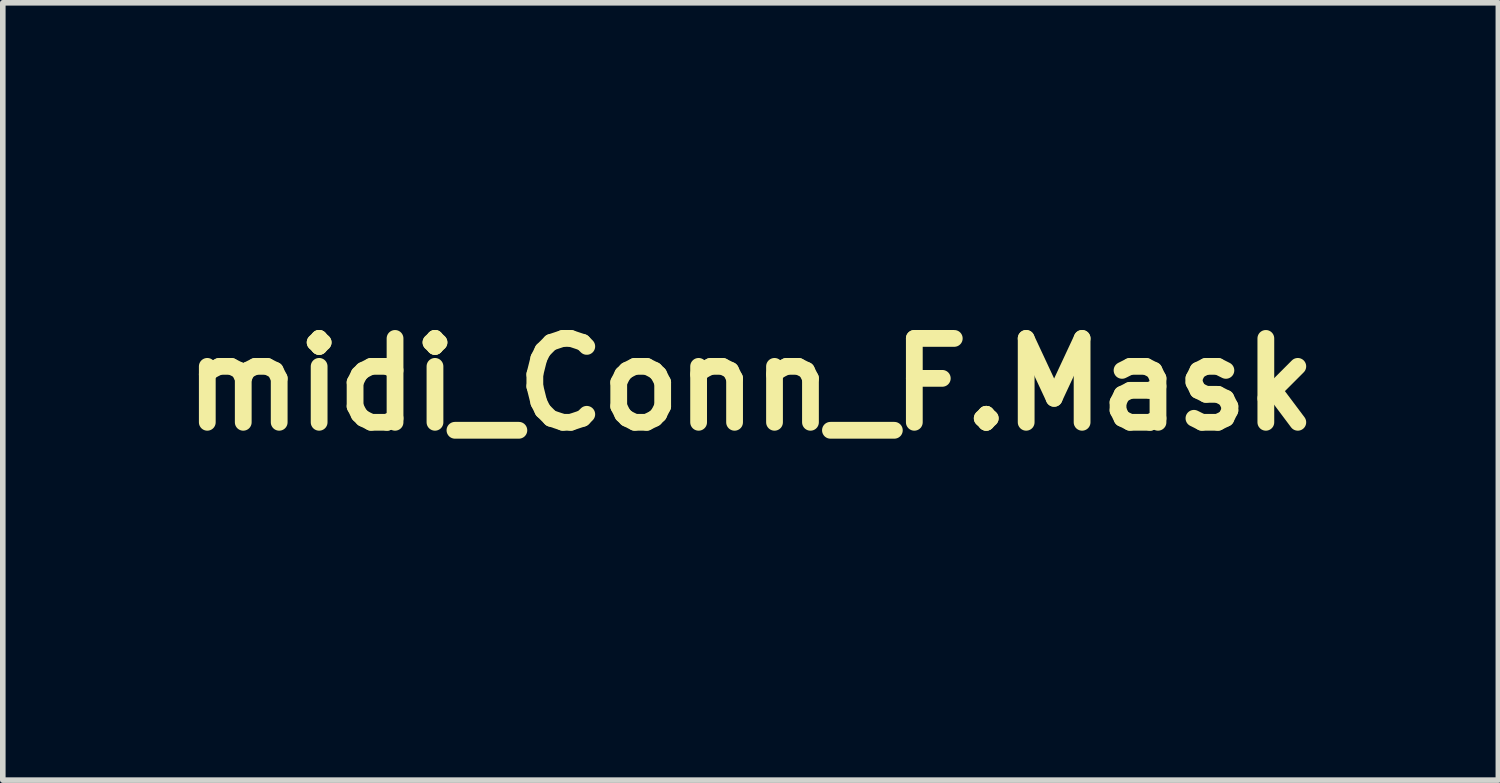
<source format=kicad_pcb>
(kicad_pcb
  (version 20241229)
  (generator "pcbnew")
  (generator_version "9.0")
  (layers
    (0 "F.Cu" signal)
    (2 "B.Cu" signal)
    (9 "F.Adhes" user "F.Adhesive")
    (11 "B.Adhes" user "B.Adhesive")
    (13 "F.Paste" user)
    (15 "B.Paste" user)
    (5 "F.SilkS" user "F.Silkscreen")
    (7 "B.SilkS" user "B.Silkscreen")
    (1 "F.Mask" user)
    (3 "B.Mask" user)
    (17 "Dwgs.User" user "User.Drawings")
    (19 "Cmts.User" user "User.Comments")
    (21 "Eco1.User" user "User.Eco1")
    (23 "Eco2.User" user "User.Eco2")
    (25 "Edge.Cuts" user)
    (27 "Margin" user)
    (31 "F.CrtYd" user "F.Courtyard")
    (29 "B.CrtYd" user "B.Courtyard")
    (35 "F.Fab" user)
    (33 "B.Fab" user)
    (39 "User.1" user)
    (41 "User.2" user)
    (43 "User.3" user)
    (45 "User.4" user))
  (footprint "midi_Conn_F.Mask"
    (layer "F.Cu")
    (at 10.371 3.823)
    (property "Reference" "midi_Conn_F.Mask" (at 0 0 0) (layer "F.SilkS") (effects (font (size 1.5 1.5) (thickness 0.3))))
    (attr board_only exclude_from_pos_files exclude_from_bom)
    (fp_poly (pts (xy -2.937 -0.089) (xy -2.848 -0.054) (xy -2.846 -0.053) (xy -2.727 0.025) (xy -2.643 0.127) (xy -2.594 0.247) (xy -2.581 0.375) (xy -2.605 0.505) (xy -2.667 0.626) (xy -2.765 0.731) (xy -2.821 0.771) (xy -2.875 0.794) (xy -2.945 0.806) (xy -3.026 0.812) (xy -3.127 0.813) (xy -3.197 0.804) (xy -3.251 0.784) (xy -3.268 0.774) (xy -3.382 0.679) (xy -3.458 0.567) (xy -3.499 0.444) (xy -3.506 0.319) (xy -3.48 0.197) (xy -3.422 0.087) (xy -3.334 -0.004) (xy -3.218 -0.069) (xy -3.096 -0.098) (xy -3.012 -0.102)) (stroke (width 0) (type solid)) (fill yes) (layer "F.Mask"))
    (fp_poly (pts (xy -6.274 -1.484) (xy -6.154 -1.424) (xy -6.079 -1.358) (xy -6.001 -1.255) (xy -5.962 -1.145) (xy -5.953 -1.042) (xy -5.959 -0.959) (xy -5.974 -0.885) (xy -5.979 -0.871) (xy -6.027 -0.789) (xy -6.101 -0.705) (xy -6.186 -0.637) (xy -6.231 -0.613) (xy -6.328 -0.588) (xy -6.444 -0.583) (xy -6.554 -0.597) (xy -6.604 -0.614) (xy -6.685 -0.665) (xy -6.765 -0.742) (xy -6.829 -0.826) (xy -6.852 -0.871) (xy -6.875 -0.987) (xy -6.87 -1.114) (xy -6.838 -1.23) (xy -6.827 -1.253) (xy -6.738 -1.375) (xy -6.625 -1.457) (xy -6.488 -1.498) (xy -6.415 -1.503)) (stroke (width 0) (type solid)) (fill yes) (layer "F.Mask"))
    (fp_poly (pts (xy -3.513 -1.466) (xy -3.447 -1.457) (xy -3.397 -1.439) (xy -3.348 -1.406) (xy -3.344 -1.403) (xy -3.242 -1.299) (xy -3.177 -1.178) (xy -3.15 -1.047) (xy -3.16 -0.915) (xy -3.206 -0.791) (xy -3.29 -0.684) (xy -3.352 -0.635) (xy -3.475 -0.58) (xy -3.613 -0.56) (xy -3.75 -0.577) (xy -3.814 -0.6) (xy -3.925 -0.677) (xy -4.01 -0.784) (xy -4.063 -0.912) (xy -4.077 -1.046) (xy -4.073 -1.086) (xy -4.031 -1.223) (xy -3.947 -1.341) (xy -3.88 -1.4) (xy -3.829 -1.435) (xy -3.78 -1.456) (xy -3.718 -1.465) (xy -3.627 -1.468) (xy -3.61 -1.468)) (stroke (width 0) (type solid)) (fill yes) (layer "F.Mask"))
    (fp_poly (pts (xy 2.095 -1.31) (xy 2.125 -1.309) (xy 2.296 -1.302) (xy 2.308 -0.971) (xy 2.32 -0.639) (xy 4.939 -0.633) (xy 7.557 -0.627) (xy 7.571 -0.559) (xy 7.59 -0.512) (xy 7.634 -0.471) (xy 7.709 -0.429) (xy 7.785 -0.395) (xy 7.852 -0.372) (xy 7.883 -0.367) (xy 7.923 -0.379) (xy 7.991 -0.413) (xy 8.079 -0.462) (xy 8.155 -0.509) (xy 8.276 -0.583) (xy 8.372 -0.629) (xy 8.454 -0.648) (xy 8.534 -0.642) (xy 8.624 -0.612) (xy 8.717 -0.568) (xy 8.882 -0.471) (xy 9.022 -0.36) (xy 9.133 -0.24) (xy 9.211 -0.116) (xy 9.252 0.006) (xy 9.252 0.122) (xy 9.243 0.156) (xy 9.207 0.224) (xy 9.14 0.311) (xy 9.051 0.41) (xy 8.945 0.512) (xy 8.832 0.611) (xy 8.729 0.691) (xy 8.661 0.738) (xy 8.607 0.768) (xy 8.557 0.778) (xy 8.502 0.77) (xy 8.432 0.74) (xy 8.337 0.688) (xy 8.241 0.632) (xy 8.125 0.566) (xy 8.038 0.523) (xy 7.967 0.501) (xy 7.904 0.495) (xy 7.835 0.504) (xy 7.809 0.51) (xy 7.694 0.547) (xy 7.613 0.597) (xy 7.571 0.657) (xy 7.567 0.695) (xy 7.565 0.753) (xy 7.555 0.787) (xy 7.543 0.792) (xy 7.512 0.796) (xy 7.46 0.8) (xy 7.384 0.803) (xy 7.283 0.806) (xy 7.154 0.809) (xy 6.994 0.811) (xy 6.803 0.813) (xy 6.577 0.814) (xy 6.314 0.815) (xy 6.012 0.816) (xy 5.67 0.816) (xy 5.284 0.817) (xy 4.922 0.817) (xy 2.308 0.817) (xy 2.308 1.086) (xy 2.307 1.206) (xy 2.303 1.287) (xy 2.296 1.336) (xy 2.283 1.362) (xy 2.271 1.37) (xy 2.224 1.379) (xy 2.154 1.384) (xy 2.077 1.384) (xy 2.011 1.38) (xy 1.972 1.371) (xy 1.969 1.369) (xy 1.961 1.339) (xy 1.955 1.275) (xy 1.953 1.192) (xy 1.953 1.191) (xy 1.952 1.106) (xy 1.947 1.058) (xy 1.933 1.036) (xy 1.908 1.03) (xy 1.894 1.03) (xy 1.854 1.024) (xy 1.837 0.996) (xy 1.835 0.947) (xy 1.839 0.891) (xy 1.859 0.868) (xy 1.892 0.864) (xy 1.95 0.864) (xy 1.952 0.037) (xy 1.952 0.024) (xy 2 0.024) (xy 2 1.314) (xy 2.119 1.314) (xy 2.237 1.314) (xy 2.237 0.083) (xy 2.332 0.083) (xy 2.332 0.746) (xy 3.965 0.746) (xy 5.598 0.746) (xy 5.598 0.083) (xy 5.906 0.083) (xy 5.906 0.746) (xy 6.427 0.746) (xy 6.948 0.746) (xy 6.948 0.083) (xy 7.303 0.083) (xy 7.303 0.746) (xy 7.409 0.746) (xy 7.516 0.746) (xy 7.516 0.083) (xy 7.516 0.047) (xy 7.587 0.047) (xy 7.587 0.189) (xy 7.589 0.314) (xy 7.59 0.413) (xy 7.593 0.48) (xy 7.595 0.509) (xy 7.596 0.509) (xy 7.621 0.501) (xy 7.673 0.48) (xy 7.69 0.473) (xy 7.763 0.453) (xy 7.857 0.441) (xy 7.912 0.438) (xy 7.975 0.441) (xy 8.03 0.45) (xy 8.088 0.471) (xy 8.16 0.507) (xy 8.258 0.564) (xy 8.285 0.58) (xy 8.38 0.636) (xy 8.46 0.682) (xy 8.517 0.712) (xy 8.541 0.722) (xy 8.575 0.712) (xy 8.612 0.695) (xy 8.663 0.662) (xy 8.741 0.603) (xy 8.836 0.526) (xy 8.941 0.438) (xy 8.981 0.402) (xy 9.052 0.329) (xy 9.116 0.243) (xy 9.167 0.158) (xy 9.194 0.087) (xy 9.197 0.066) (xy 9.176 -0.032) (xy 9.118 -0.14) (xy 9.031 -0.251) (xy 8.92 -0.358) (xy 8.792 -0.452) (xy 8.689 -0.51) (xy 8.586 -0.557) (xy 8.503 -0.58) (xy 8.429 -0.578) (xy 8.349 -0.549) (xy 8.253 -0.493) (xy 8.192 -0.451) (xy 8.096 -0.387) (xy 8.025 -0.347) (xy 7.969 -0.325) (xy 7.916 -0.317) (xy 7.885 -0.316) (xy 7.767 -0.333) (xy 7.691 -0.365) (xy 7.637 -0.396) (xy 7.602 -0.413) (xy 7.597 -0.414) (xy 7.594 -0.392) (xy 7.591 -0.329) (xy 7.589 -0.234) (xy 7.588 -0.112) (xy 7.587 0.028) (xy 7.587 0.047) (xy 7.516 0.047) (xy 7.516 -0.58) (xy 7.409 -0.58) (xy 7.303 -0.58) (xy 7.303 0.083) (xy 6.948 0.083) (xy 6.948 -0.58) (xy 6.427 -0.58) (xy 5.906 -0.58) (xy 5.906 0.083) (xy 5.598 0.083) (xy 5.598 -0.58) (xy 3.965 -0.58) (xy 2.332 -0.58) (xy 2.332 0.083) (xy 2.237 0.083) (xy 2.237 0.024) (xy 2.237 -1.266) (xy 2.119 -1.266) (xy 2 -1.266) (xy 2 0.024) (xy 1.952 0.024) (xy 1.954 -0.79) (xy 1.9 -0.797) (xy 1.863 -0.811) (xy 1.848 -0.848) (xy 1.846 -0.888) (xy 1.852 -0.946) (xy 1.875 -0.972) (xy 1.902 -0.978) (xy 1.933 -0.987) (xy 1.949 -1.009) (xy 1.954 -1.056) (xy 1.952 -1.12) (xy 1.949 -1.217) (xy 1.953 -1.274) (xy 1.973 -1.303) (xy 2.018 -1.312)) (stroke (width 0) (type solid)) (fill yes) (layer "F.Mask"))
    (fp_poly (pts (xy 8.492 -2.385) (xy 8.49 -2.129) (xy 8.488 -1.886) (xy 8.485 -1.661) (xy 8.482 -1.459) (xy 8.479 -1.283) (xy 8.476 -1.138) (xy 8.472 -1.027) (xy 8.468 -0.956) (xy 8.464 -0.927) (xy 8.464 -0.927) (xy 8.449 -0.915) (xy 8.437 -0.912) (xy 8.426 -0.923) (xy 8.417 -0.949) (xy 8.41 -0.995) (xy 8.404 -1.063) (xy 8.4 -1.158) (xy 8.397 -1.281) (xy 8.394 -1.436) (xy 8.393 -1.628) (xy 8.392 -1.857) (xy 8.392 -2.129) (xy 8.392 -2.333) (xy 8.392 -3.728) (xy 0.971 -3.728) (xy -6.451 -3.728) (xy -6.451 -3.517) (xy -6.451 -3.306) (xy -6.248 -3.375) (xy -6.078 -3.43) (xy -5.925 -3.473) (xy -5.779 -3.505) (xy -5.629 -3.527) (xy -5.466 -3.54) (xy -5.278 -3.548) (xy -5.054 -3.55) (xy -5.018 -3.55) (xy -4.838 -3.549) (xy -4.695 -3.547) (xy -4.581 -3.543) (xy -4.488 -3.536) (xy -4.405 -3.527) (xy -4.324 -3.513) (xy -4.236 -3.495) (xy -4.202 -3.487) (xy -3.908 -3.408) (xy -3.61 -3.305) (xy -3.332 -3.186) (xy -3.276 -3.159) (xy -3.19 -3.112) (xy -3.086 -3.052) (xy -2.972 -2.982) (xy -2.858 -2.908) (xy -2.751 -2.837) (xy -2.661 -2.774) (xy -2.597 -2.725) (xy -2.57 -2.7) (xy -2.562 -2.695) (xy -2.546 -2.69) (xy -2.52 -2.686) (xy -2.481 -2.682) (xy -2.427 -2.679) (xy -2.356 -2.676) (xy -2.266 -2.673) (xy -2.154 -2.671) (xy -2.017 -2.669) (xy -1.855 -2.668) (xy -1.663 -2.666) (xy -1.441 -2.665) (xy -1.186 -2.665) (xy -0.895 -2.664) (xy -0.567 -2.664) (xy -0.198 -2.663) (xy 0.213 -2.663) (xy 0.669 -2.663) (xy 0.76 -2.663) (xy 4.06 -2.663) (xy 4.06 -1.858) (xy 4.06 -1.667) (xy 4.06 -1.492) (xy 4.06 -1.337) (xy 4.06 -1.208) (xy 4.06 -1.111) (xy 4.061 -1.052) (xy 4.061 -1.036) (xy 4.043 -1.016) (xy 4.026 -1.01) (xy 4.016 -1.013) (xy 4.008 -1.027) (xy 4.001 -1.059) (xy 3.996 -1.112) (xy 3.992 -1.19) (xy 3.989 -1.299) (xy 3.987 -1.444) (xy 3.985 -1.627) (xy 3.983 -1.791) (xy 3.977 -2.58) (xy 0.787 -2.586) (xy 0.403 -2.586) (xy 0.031 -2.587) (xy -0.324 -2.587) (xy -0.661 -2.587) (xy -0.976 -2.587) (xy -1.267 -2.586) (xy -1.531 -2.585) (xy -1.765 -2.584) (xy -1.967 -2.583) (xy -2.134 -2.582) (xy -2.263 -2.581) (xy -2.352 -2.579) (xy -2.397 -2.577) (xy -2.403 -2.577) (xy -2.387 -2.555) (xy -2.345 -2.506) (xy -2.283 -2.438) (xy -2.216 -2.367) (xy -1.938 -2.045) (xy -1.701 -1.701) (xy -1.503 -1.331) (xy -1.345 -0.935) (xy -1.224 -0.512) (xy -1.202 -0.414) (xy -1.184 -0.292) (xy -1.17 -0.135) (xy -1.161 0.048) (xy -1.157 0.246) (xy -1.158 0.447) (xy -1.163 0.641) (xy -1.174 0.818) (xy -1.189 0.967) (xy -1.204 1.053) (xy -1.297 1.41) (xy -1.418 1.756) (xy -1.56 2.075) (xy -1.619 2.187) (xy -1.664 2.268) (xy -1.697 2.331) (xy -1.715 2.366) (xy -1.716 2.37) (xy -1.693 2.371) (xy -1.625 2.372) (xy -1.514 2.373) (xy -1.363 2.374) (xy -1.175 2.375) (xy -0.952 2.375) (xy -0.695 2.376) (xy -0.409 2.377) (xy -0.095 2.377) (xy 0.245 2.378) (xy 0.608 2.378) (xy 0.991 2.379) (xy 1.393 2.379) (xy 1.81 2.379) (xy 2.241 2.379) (xy 2.296 2.379) (xy 6.308 2.379) (xy 6.314 1.923) (xy 6.317 1.763) (xy 6.32 1.645) (xy 6.325 1.562) (xy 6.331 1.508) (xy 6.34 1.479) (xy 6.351 1.468) (xy 6.356 1.468) (xy 6.368 1.474) (xy 6.377 1.495) (xy 6.384 1.538) (xy 6.39 1.608) (xy 6.393 1.711) (xy 6.396 1.852) (xy 6.398 1.959) (xy 6.404 2.45) (xy 2.314 2.45) (xy -1.777 2.45) (xy -1.906 2.633) (xy -2.013 2.77) (xy -2.149 2.922) (xy -2.303 3.079) (xy -2.465 3.232) (xy -2.624 3.369) (xy -2.759 3.473) (xy -3.047 3.658) (xy -3.362 3.825) (xy -3.648 3.949) (xy -3.761 3.994) (xy -3.846 4.025) (xy -3.912 4.04) (xy -3.969 4.038) (xy -4.025 4.015) (xy -4.092 3.97) (xy -4.177 3.9) (xy -4.287 3.808) (xy -4.389 3.723) (xy -4.478 3.647) (xy -4.548 3.587) (xy -4.592 3.548) (xy -4.604 3.536) (xy -4.631 3.53) (xy -4.697 3.524) (xy -4.793 3.519) (xy -4.912 3.515) (xy -4.991 3.513) (xy -5.366 3.507) (xy -5.663 3.789) (xy -5.762 3.882) (xy -5.85 3.962) (xy -5.921 4.025) (xy -5.969 4.065) (xy -5.986 4.077) (xy -6.018 4.071) (xy -6.084 4.053) (xy -6.176 4.025) (xy -6.273 3.993) (xy -6.668 3.833) (xy -7.038 3.635) (xy -7.382 3.399) (xy -7.697 3.13) (xy -7.981 2.83) (xy -8.232 2.501) (xy -8.448 2.146) (xy -8.625 1.768) (xy -8.763 1.369) (xy -8.859 0.952) (xy -8.868 0.9) (xy -8.881 0.784) (xy -8.891 0.634) (xy -8.896 0.464) (xy -8.898 0.283) (xy -8.897 0.224) (xy -8.709 0.224) (xy -8.709 0.431) (xy -8.702 0.63) (xy -8.688 0.808) (xy -8.667 0.947) (xy -8.605 1.228) (xy -8.531 1.48) (xy -8.441 1.719) (xy -8.337 1.946) (xy -8.13 2.313) (xy -7.888 2.648) (xy -7.611 2.952) (xy -7.3 3.222) (xy -6.956 3.46) (xy -6.664 3.622) (xy -6.548 3.678) (xy -6.425 3.732) (xy -6.304 3.781) (xy -6.195 3.822) (xy -6.106 3.851) (xy -6.047 3.864) (xy -6.031 3.864) (xy -6.005 3.846) (xy -5.953 3.801) (xy -5.879 3.733) (xy -5.791 3.649) (xy -5.727 3.586) (xy -5.452 3.314) (xy -4.998 3.322) (xy -4.857 3.326) (xy -4.732 3.33) (xy -4.632 3.335) (xy -4.563 3.34) (xy -4.534 3.346) (xy -4.533 3.346) (xy -4.512 3.366) (xy -4.461 3.41) (xy -4.386 3.474) (xy -4.294 3.552) (xy -4.23 3.607) (xy -3.938 3.852) (xy -3.756 3.788) (xy -3.457 3.662) (xy -3.155 3.499) (xy -2.861 3.305) (xy -2.588 3.087) (xy -2.346 2.854) (xy -2.302 2.807) (xy -2.194 2.686) (xy -2.116 2.596) (xy -2.064 2.533) (xy -2.035 2.492) (xy -2.024 2.469) (xy -2.024 2.468) (xy -2.047 2.465) (xy -2.115 2.463) (xy -2.223 2.461) (xy -2.37 2.459) (xy -2.552 2.457) (xy -2.766 2.455) (xy -3.009 2.454) (xy -3.278 2.452) (xy -3.569 2.451) (xy -3.881 2.451) (xy -4.209 2.45) (xy -4.55 2.45) (xy -4.557 2.45) (xy -7.09 2.45) (xy -7.09 1.639) (xy -7.091 0.829) (xy -7.188 0.784) (xy -7.295 0.71) (xy -7.371 0.603) (xy -7.414 0.47) (xy -7.421 0.378) (xy -7.417 0.285) (xy -7.399 0.214) (xy -7.362 0.144) (xy -7.349 0.124) (xy -7.253 0.017) (xy -7.137 -0.052) (xy -7.008 -0.082) (xy -6.876 -0.073) (xy -6.748 -0.026) (xy -6.632 0.06) (xy -6.588 0.108) (xy -6.524 0.222) (xy -6.5 0.347) (xy -6.512 0.473) (xy -6.557 0.593) (xy -6.632 0.697) (xy -6.733 0.779) (xy -6.857 0.828) (xy -6.885 0.833) (xy -7.007 0.853) (xy -7.007 1.61) (xy -7.007 2.367) (xy -4.479 2.373) (xy -1.952 2.379) (xy -1.88 2.267) (xy -1.822 2.167) (xy -1.754 2.038) (xy -1.684 1.893) (xy -1.617 1.748) (xy -1.561 1.616) (xy -1.53 1.533) (xy -1.503 1.446) (xy -1.469 1.33) (xy -1.435 1.205) (xy -1.416 1.131) (xy -1.395 1.044) (xy -1.379 0.968) (xy -1.368 0.894) (xy -1.36 0.813) (xy -1.355 0.716) (xy -1.352 0.594) (xy -1.351 0.438) (xy -1.351 0.343) (xy -1.351 0.132) (xy -1.356 -0.042) (xy -1.365 -0.19) (xy -1.381 -0.322) (xy -1.404 -0.449) (xy -1.437 -0.581) (xy -1.481 -0.73) (xy -1.508 -0.816) (xy -1.641 -1.165) (xy -1.811 -1.504) (xy -2.014 -1.826) (xy -2.245 -2.121) (xy -2.496 -2.382) (xy -2.557 -2.437) (xy -2.737 -2.593) (xy -3.771 -2.587) (xy -4.805 -2.58) (xy -4.812 -2.317) (xy -4.819 -2.055) (xy -4.739 -2) (xy -4.634 -1.902) (xy -4.565 -1.783) (xy -4.533 -1.653) (xy -4.541 -1.519) (xy -4.588 -1.391) (xy -4.647 -1.309) (xy -4.751 -1.216) (xy -4.863 -1.164) (xy -4.995 -1.148) (xy -5.136 -1.167) (xy -5.255 -1.227) (xy -5.328 -1.293) (xy -5.41 -1.406) (xy -5.449 -1.525) (xy -5.452 -1.651) (xy -5.418 -1.795) (xy -5.347 -1.913) (xy -5.243 -2.001) (xy -5.11 -2.054) (xy -5.024 -2.067) (xy -4.888 -2.077) (xy -4.888 -2.37) (xy -4.888 -2.663) (xy -3.865 -2.669) (xy -2.841 -2.675) (xy -3.04 -2.803) (xy -3.392 -3.001) (xy -3.766 -3.161) (xy -4.154 -3.279) (xy -4.517 -3.348) (xy -4.654 -3.361) (xy -4.824 -3.369) (xy -5.009 -3.372) (xy -5.197 -3.37) (xy -5.37 -3.363) (xy -5.514 -3.35) (xy -5.517 -3.349) (xy -5.676 -3.324) (xy -5.854 -3.287) (xy -6.033 -3.241) (xy -6.196 -3.193) (xy -6.302 -3.155) (xy -6.439 -3.101) (xy -6.445 -2.326) (xy -6.447 -2.114) (xy -6.449 -1.945) (xy -6.451 -1.813) (xy -6.454 -1.715) (xy -6.457 -1.645) (xy -6.463 -1.598) (xy -6.47 -1.57) (xy -6.478 -1.556) (xy -6.49 -1.551) (xy -6.498 -1.551) (xy -6.511 -1.552) (xy -6.522 -1.559) (xy -6.53 -1.578) (xy -6.536 -1.612) (xy -6.54 -1.666) (xy -6.543 -1.747) (xy -6.544 -1.857) (xy -6.545 -2.003) (xy -6.545 -2.189) (xy -6.545 -2.296) (xy -6.546 -2.495) (xy -6.548 -2.669) (xy -6.551 -2.815) (xy -6.555 -2.929) (xy -6.56 -3.005) (xy -6.565 -3.04) (xy -6.567 -3.042) (xy -6.595 -3.031) (xy -6.655 -3.001) (xy -6.738 -2.957) (xy -6.821 -2.91) (xy -7.181 -2.68) (xy -7.506 -2.418) (xy -7.796 -2.125) (xy -8.05 -1.803) (xy -8.266 -1.454) (xy -8.444 -1.079) (xy -8.581 -0.68) (xy -8.669 -0.308) (xy -8.689 -0.158) (xy -8.703 0.024) (xy -8.709 0.224) (xy -8.897 0.224) (xy -8.895 0.105) (xy -8.889 -0.058) (xy -8.879 -0.195) (xy -8.868 -0.272) (xy -8.773 -0.697) (xy -8.637 -1.104) (xy -8.462 -1.489) (xy -8.25 -1.849) (xy -8.001 -2.182) (xy -7.788 -2.415) (xy -7.581 -2.608) (xy -7.356 -2.79) (xy -7.123 -2.955) (xy -6.894 -3.096) (xy -6.679 -3.203) (xy -6.67 -3.208) (xy -6.545 -3.261) (xy -6.545 -3.542) (xy -6.545 -3.823) (xy 0.976 -3.823) (xy 8.498 -3.823)) (stroke (width 0) (type solid)) (fill yes) (layer "F.Mask")))
  (gr_rect
    (start -3 -3)
    (end 23.743 10.9)
    (stroke (width 0.1) (type default))
    (fill no)
    (layer "Edge.Cuts")))
</source>
